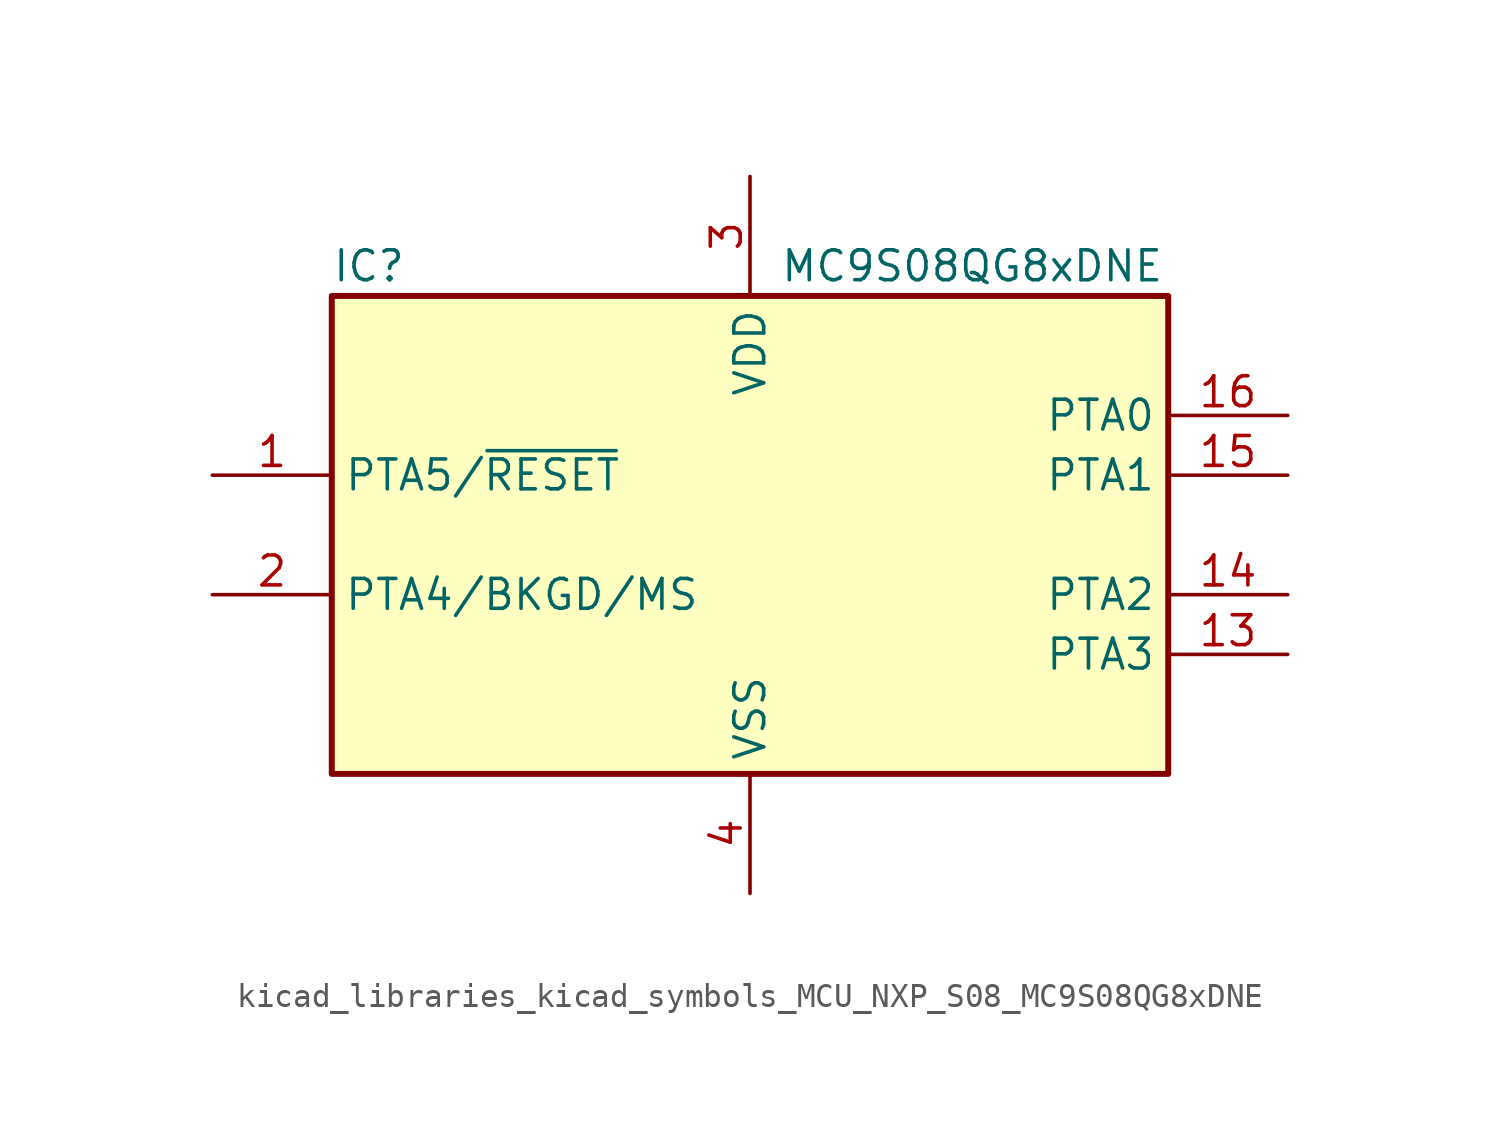
<source format=kicad_sym>
(kicad_symbol_lib
  (version 20220914)
  (generator kicad_symbol_editor)
  (symbol "kicad_libraries_kicad_symbols_MCU_NXP_S08_MC9S08QG8xDNE"
    (property "Reference" "IC"
      (at -17.78 11.43 0)
      (effects (font (size 1.27 1.27)) (justify left)))
    (property "Value" "MC9S08QG8xDNE"
      (at 1.27 11.43 0)
      (effects (font (size 1.27 1.27)) (justify left)))
    (symbol "kicad_libraries_kicad_symbols_MCU_NXP_S08_MC9S08QG8xDNE_0_1"
      (rectangle (start -17.78 10.16) (end 17.78 -10.16) (stroke (width 0.254) (type default)) (fill (type background))))
    (symbol "kicad_libraries_kicad_symbols_MCU_NXP_S08_MC9S08QG8xDNE_1_1"
      (pin bidirectional line (at -22.86 2.54 0) (length 5.08) (name "PTA5/~{RESET}" (effects (font (size 1.27 1.27)))) (number "1" (effects (font (size 1.27 1.27)))))
      (pin bidirectional line (at 22.86 -5.08 180) (length 5.08) (name "PTA3" (effects (font (size 1.27 1.27)))) (number "13" (effects (font (size 1.27 1.27)))))
      (pin bidirectional line (at 22.86 -2.54 180) (length 5.08) (name "PTA2" (effects (font (size 1.27 1.27)))) (number "14" (effects (font (size 1.27 1.27)))))
      (pin bidirectional line (at 22.86 2.54 180) (length 5.08) (name "PTA1" (effects (font (size 1.27 1.27)))) (number "15" (effects (font (size 1.27 1.27)))))
      (pin bidirectional line (at 22.86 5.08 180) (length 5.08) (name "PTA0" (effects (font (size 1.27 1.27)))) (number "16" (effects (font (size 1.27 1.27)))))
      (pin bidirectional line (at -22.86 -2.54 0) (length 5.08) (name "PTA4/BKGD/MS" (effects (font (size 1.27 1.27)))) (number "2" (effects (font (size 1.27 1.27)))))
      (pin power_in line (at 0 15.24 270) (length 5.08) (name "VDD" (effects (font (size 1.27 1.27)))) (number "3" (effects (font (size 1.27 1.27)))))
      (pin power_in line (at 0 -15.24 90) (length 5.08) (name "VSS" (effects (font (size 1.27 1.27)))) (number "4" (effects (font (size 1.27 1.27))))))))
</source>
